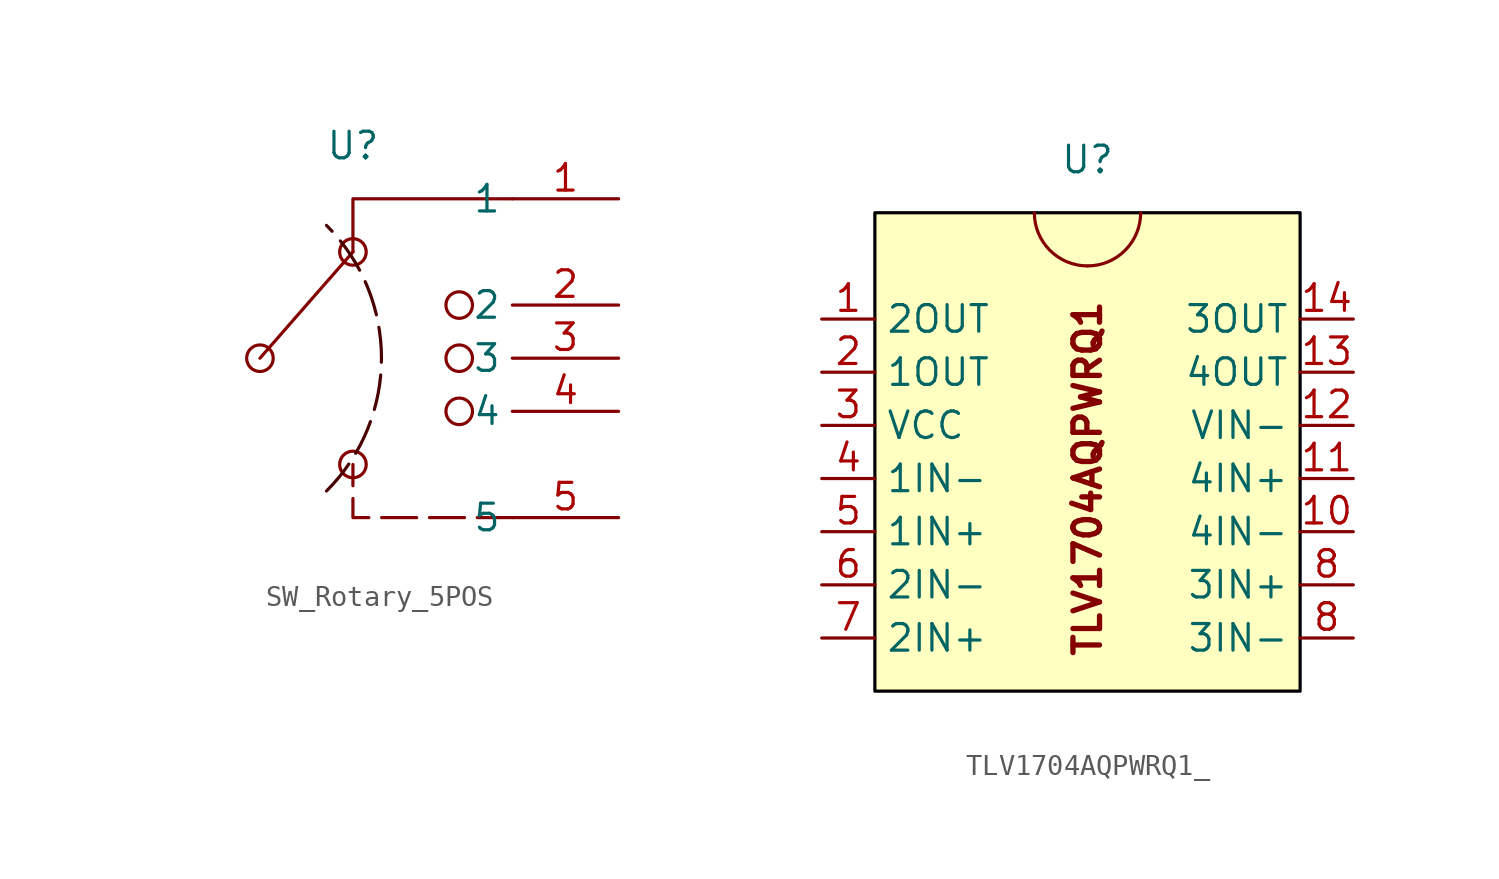
<source format=kicad_sym>
(kicad_symbol_lib
  (version 20220914)
  (generator kicad_symbol_editor)
  (symbol "SW_Rotary_5POS"
    (property "Reference" "U"
      (at 0 0 0)
      (effects (font (size 1.27 1.27))))
    (property "Value" ""
      (at 0 0 0)
      (effects (font (size 1.27 1.27))))
    (symbol "SW_Rotary_5POS_0_0"
      (circle (center -4.445 -10.16) (radius 0.635) (stroke (width 0) (type default)) (fill (type none)))
      (circle (center 0 -15.24) (radius 0.635) (stroke (width 0) (type default)) (fill (type none)))
      (circle (center 0 -5.08) (radius 0.635) (stroke (width 0) (type default)) (fill (type none)))
      (polyline (pts (xy -4.445 -10.16) (xy 0 -5.08)) (stroke (width 0) (type default)) (fill (type none)))
      (polyline (pts (xy 0 -5.08) (xy 0 -2.54) (xy 7.62 -2.54)) (stroke (width 0) (type default)) (fill (type none)))
      (circle (center 5.08 -12.7) (radius 0.635) (stroke (width 0) (type default)) (fill (type none)))
      (circle (center 5.08 -10.16) (radius 0.635) (stroke (width 0) (type default)) (fill (type none)))
      (circle (center 5.08 -7.62) (radius 0.635) (stroke (width 0) (type default)) (fill (type none))))
    (symbol "SW_Rotary_5POS_0_1"
      (arc (start -1.2647 -16.51) (mid 1.364 -10.16) (end -1.2647 -3.81) (stroke (width 0) (type dash) (color 72 0 0 1)) (fill (type none)))
      (polyline (pts (xy 7.62 -17.78) (xy 0 -17.78) (xy 0 -15.24)) (stroke (width 0) (type default)) (fill (type none)))
      (pin passive line (at -10.16 -10.16 0) (length 5.08) hide (name "0" (effects (font (size 1.27 1.27)))) (number "0" (effects (font (size 1.27 1.27)))))
      (pin passive line (at 12.7 -2.54 180) (length 5.08) (name "1" (effects (font (size 1.27 1.27)))) (number "1" (effects (font (size 1.27 1.27)))))
      (pin passive line (at 12.7 -7.62 180) (length 5.08) (name "2" (effects (font (size 1.27 1.27)))) (number "2" (effects (font (size 1.27 1.27)))))
      (pin passive line (at 12.7 -10.16 180) (length 5.08) (name "3" (effects (font (size 1.27 1.27)))) (number "3" (effects (font (size 1.27 1.27)))))
      (pin passive line (at 12.7 -12.7 180) (length 5.08) (name "4" (effects (font (size 1.27 1.27)))) (number "4" (effects (font (size 1.27 1.27)))))
      (pin passive line (at 12.7 -17.78 180) (length 5.08) (name "5" (effects (font (size 1.27 1.27)))) (number "5" (effects (font (size 1.27 1.27)))))))
  (symbol "TLV1704AQPWRQ1_"
    (property "Reference" "U"
      (at 0 10.16 0)
      (effects (font (size 1.27 1.27))))
    (property "Value" ""
      (at -5.08 7.62 0)
      (effects (font (size 1.27 1.27))))
    (property "ki_locked" ""
      (at 0 0 0)
      (effects (font (size 1.27 1.27))))
    (symbol "TLV1704AQPWRQ1__1_1"
      (rectangle (start -10.16 7.62) (end 10.16 -15.24) (stroke (width 0) (type default) (color 0 0 0 1)) (fill (type background)))
      (arc (start -2.54 7.62) (mid -1.7961 5.8239) (end 0 5.08) (stroke (width 0) (type default)) (fill (type none)))
      (arc (start 0 5.08) (mid 1.7961 5.8239) (end 2.54 7.62) (stroke (width 0) (type default)) (fill (type none)))
      (text "TLV1704AQPWRQ1" (at 0 -5.08 900) (effects (font (size 1.27 1.27) bold)))
      (pin open_collector line (at -12.7 2.54 0) (length 2.54) (name "2OUT" (effects (font (size 1.27 1.27)))) (number "1" (effects (font (size 1.27 1.27)))))
      (pin input line (at 12.7 -7.62 180) (length 2.54) (name "4IN-" (effects (font (size 1.27 1.27)))) (number "10" (effects (font (size 1.27 1.27)))))
      (pin input line (at 12.7 -5.08 180) (length 2.54) (name "4IN+" (effects (font (size 1.27 1.27)))) (number "11" (effects (font (size 1.27 1.27)))))
      (pin power_in line (at 12.7 -2.54 180) (length 2.54) (name "VIN-" (effects (font (size 1.27 1.27)))) (number "12" (effects (font (size 1.27 1.27)))))
      (pin open_collector line (at 12.7 0 180) (length 2.54) (name "4OUT" (effects (font (size 1.27 1.27)))) (number "13" (effects (font (size 1.27 1.27)))))
      (pin open_collector line (at 12.7 2.54 180) (length 2.54) (name "3OUT" (effects (font (size 1.27 1.27)))) (number "14" (effects (font (size 1.27 1.27)))))
      (pin open_collector line (at -12.7 0 0) (length 2.54) (name "1OUT" (effects (font (size 1.27 1.27)))) (number "2" (effects (font (size 1.27 1.27)))))
      (pin power_in line (at -12.7 -2.54 0) (length 2.54) (name "VCC" (effects (font (size 1.27 1.27)))) (number "3" (effects (font (size 1.27 1.27)))))
      (pin input line (at -12.7 -5.08 0) (length 2.54) (name "1IN-" (effects (font (size 1.27 1.27)))) (number "4" (effects (font (size 1.27 1.27)))))
      (pin input line (at -12.7 -7.62 0) (length 2.54) (name "1IN+" (effects (font (size 1.27 1.27)))) (number "5" (effects (font (size 1.27 1.27)))))
      (pin input line (at -12.7 -10.16 0) (length 2.54) (name "2IN-" (effects (font (size 1.27 1.27)))) (number "6" (effects (font (size 1.27 1.27)))))
      (pin input line (at -12.7 -12.7 0) (length 2.54) (name "2IN+" (effects (font (size 1.27 1.27)))) (number "7" (effects (font (size 1.27 1.27)))))
      (pin input line (at 12.7 -10.16 180) (length 2.54) (name "3IN+" (effects (font (size 1.27 1.27)))) (number "8" (effects (font (size 1.27 1.27)))))
      (pin input line (at 12.7 -12.7 180) (length 2.54) (name "3IN-" (effects (font (size 1.27 1.27)))) (number "8" (effects (font (size 1.27 1.27))))))))
</source>
